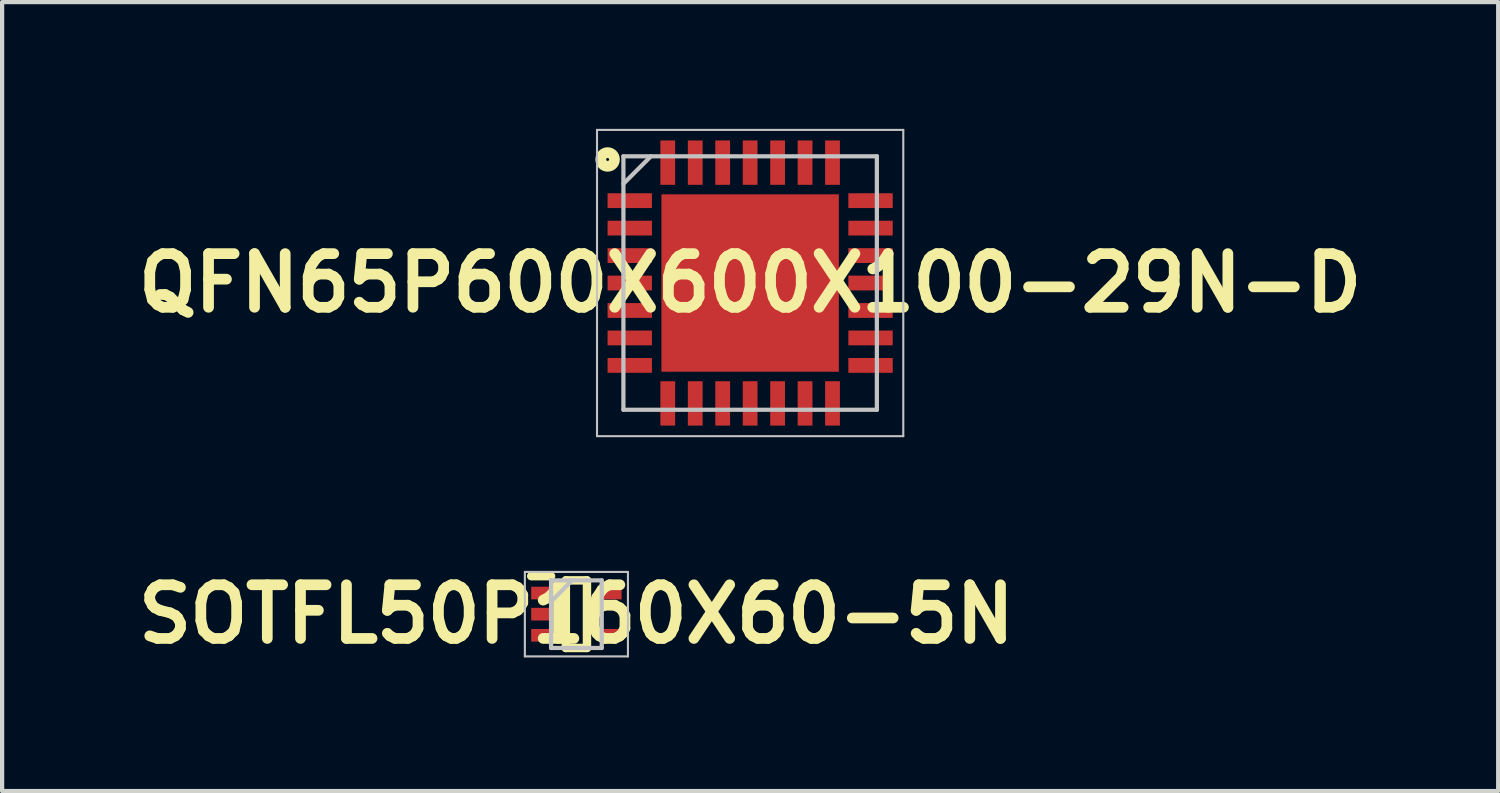
<source format=kicad_pcb>
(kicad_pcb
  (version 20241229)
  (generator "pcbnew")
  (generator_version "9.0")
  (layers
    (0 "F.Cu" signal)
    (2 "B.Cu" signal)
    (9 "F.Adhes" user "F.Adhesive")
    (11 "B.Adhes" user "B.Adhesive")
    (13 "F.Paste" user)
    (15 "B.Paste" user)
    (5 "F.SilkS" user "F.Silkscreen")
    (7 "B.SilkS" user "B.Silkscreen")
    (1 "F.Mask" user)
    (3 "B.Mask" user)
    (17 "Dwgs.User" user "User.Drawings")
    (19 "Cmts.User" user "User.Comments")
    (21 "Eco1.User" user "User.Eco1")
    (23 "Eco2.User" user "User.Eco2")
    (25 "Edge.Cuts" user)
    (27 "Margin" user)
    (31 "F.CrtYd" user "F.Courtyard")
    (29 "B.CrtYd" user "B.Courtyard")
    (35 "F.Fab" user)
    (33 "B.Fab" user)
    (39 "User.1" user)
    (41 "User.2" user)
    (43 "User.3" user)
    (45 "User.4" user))
  (footprint "QFN65P600X600X100-29N-D"
    (layer "F.Cu")
    (at 14.708 3.65)
    (property "Reference" "QFN65P600X600X100-29N-D" (at 0 0 0) (layer "F.SilkS") (effects (font (size 1.27 1.27) (thickness 0.254))))
    (attr smd)
    (fp_circle (center -3.374 -2.925) (end -3.212 -2.925) (stroke (width 0.254) (type solid)) (fill no) (layer "F.SilkS"))
    (fp_line (start -3.625 -3.625) (end 3.625 -3.625) (stroke (width 0.05) (type solid)) (layer "Dwgs.User"))
    (fp_line (start -3.625 3.625) (end -3.625 -3.625) (stroke (width 0.05) (type solid)) (layer "Dwgs.User"))
    (fp_line (start -3 -3) (end 3 -3) (stroke (width 0.1) (type solid)) (layer "Dwgs.User"))
    (fp_line (start -3 -2.35) (end -2.35 -3) (stroke (width 0.1) (type solid)) (layer "Dwgs.User"))
    (fp_line (start -3 3) (end -3 -3) (stroke (width 0.1) (type solid)) (layer "Dwgs.User"))
    (fp_line (start 3 -3) (end 3 3) (stroke (width 0.1) (type solid)) (layer "Dwgs.User"))
    (fp_line (start 3 3) (end -3 3) (stroke (width 0.1) (type solid)) (layer "Dwgs.User"))
    (fp_line (start 3.625 -3.625) (end 3.625 3.625) (stroke (width 0.05) (type solid)) (layer "Dwgs.User"))
    (fp_line (start 3.625 3.625) (end -3.625 3.625) (stroke (width 0.05) (type solid)) (layer "Dwgs.User"))
    (pad "1" smd rect (at -2.85 -1.95 90) (size 0.35 1.05) (layers "F.Cu" "F.Mask" "F.Paste"))
    (pad "2" smd rect (at -2.85 -1.3 90) (size 0.35 1.05) (layers "F.Cu" "F.Mask" "F.Paste"))
    (pad "3" smd rect (at -2.85 -0.65 90) (size 0.35 1.05) (layers "F.Cu" "F.Mask" "F.Paste"))
    (pad "4" smd rect (at -2.85 0 90) (size 0.35 1.05) (layers "F.Cu" "F.Mask" "F.Paste"))
    (pad "5" smd rect (at -2.85 0.65 90) (size 0.35 1.05) (layers "F.Cu" "F.Mask" "F.Paste"))
    (pad "6" smd rect (at -2.85 1.3 90) (size 0.35 1.05) (layers "F.Cu" "F.Mask" "F.Paste"))
    (pad "7" smd rect (at -2.85 1.95 90) (size 0.35 1.05) (layers "F.Cu" "F.Mask" "F.Paste"))
    (pad "8" smd rect (at -1.95 2.85) (size 0.35 1.05) (layers "F.Cu" "F.Mask" "F.Paste"))
    (pad "9" smd rect (at -1.3 2.85) (size 0.35 1.05) (layers "F.Cu" "F.Mask" "F.Paste"))
    (pad "10" smd rect (at -0.65 2.85) (size 0.35 1.05) (layers "F.Cu" "F.Mask" "F.Paste"))
    (pad "11" smd rect (at 0 2.85) (size 0.35 1.05) (layers "F.Cu" "F.Mask" "F.Paste"))
    (pad "12" smd rect (at 0.65 2.85) (size 0.35 1.05) (layers "F.Cu" "F.Mask" "F.Paste"))
    (pad "13" smd rect (at 1.3 2.85) (size 0.35 1.05) (layers "F.Cu" "F.Mask" "F.Paste"))
    (pad "14" smd rect (at 1.95 2.85) (size 0.35 1.05) (layers "F.Cu" "F.Mask" "F.Paste"))
    (pad "15" smd rect (at 2.85 1.95 90) (size 0.35 1.05) (layers "F.Cu" "F.Mask" "F.Paste"))
    (pad "16" smd rect (at 2.85 1.3 90) (size 0.35 1.05) (layers "F.Cu" "F.Mask" "F.Paste"))
    (pad "17" smd rect (at 2.85 0.65 90) (size 0.35 1.05) (layers "F.Cu" "F.Mask" "F.Paste"))
    (pad "18" smd rect (at 2.85 0 90) (size 0.35 1.05) (layers "F.Cu" "F.Mask" "F.Paste"))
    (pad "19" smd rect (at 2.85 -0.65 90) (size 0.35 1.05) (layers "F.Cu" "F.Mask" "F.Paste"))
    (pad "20" smd rect (at 2.85 -1.3 90) (size 0.35 1.05) (layers "F.Cu" "F.Mask" "F.Paste"))
    (pad "21" smd rect (at 2.85 -1.95 90) (size 0.35 1.05) (layers "F.Cu" "F.Mask" "F.Paste"))
    (pad "22" smd rect (at 1.95 -2.85) (size 0.35 1.05) (layers "F.Cu" "F.Mask" "F.Paste"))
    (pad "23" smd rect (at 1.3 -2.85) (size 0.35 1.05) (layers "F.Cu" "F.Mask" "F.Paste"))
    (pad "24" smd rect (at 0.65 -2.85) (size 0.35 1.05) (layers "F.Cu" "F.Mask" "F.Paste"))
    (pad "25" smd rect (at 0 -2.85) (size 0.35 1.05) (layers "F.Cu" "F.Mask" "F.Paste"))
    (pad "26" smd rect (at -0.65 -2.85) (size 0.35 1.05) (layers "F.Cu" "F.Mask" "F.Paste"))
    (pad "27" smd rect (at -1.3 -2.85) (size 0.35 1.05) (layers "F.Cu" "F.Mask" "F.Paste"))
    (pad "28" smd rect (at -1.95 -2.85) (size 0.35 1.05) (layers "F.Cu" "F.Mask" "F.Paste"))
    (pad "29" smd rect (at 0 0) (size 4.2 4.2) (layers "F.Cu" "F.Mask" "F.Paste")))
  (footprint "SOTFL50P160X60-5N"
    (layer "F.Cu")
    (at 10.595 11.489)
    (property "Reference" "SOTFL50P160X60-5N" (at 0 0 0) (layer "F.SilkS") (effects (font (size 1.27 1.27) (thickness 0.254))))
    (attr smd)
    (fp_line (start -1.07 -0.9) (end -0.6 -0.9) (stroke (width 0.2) (type solid)) (layer "F.SilkS"))
    (fp_line (start -0.25 -0.8) (end 0.25 -0.8) (stroke (width 0.2) (type solid)) (layer "F.SilkS"))
    (fp_line (start -0.25 0.8) (end -0.25 -0.8) (stroke (width 0.2) (type solid)) (layer "F.SilkS"))
    (fp_line (start 0.25 -0.8) (end 0.25 0.8) (stroke (width 0.2) (type solid)) (layer "F.SilkS"))
    (fp_line (start 0.25 0.8) (end -0.25 0.8) (stroke (width 0.2) (type solid)) (layer "F.SilkS"))
    (fp_line (start -1.22 -1) (end 1.22 -1) (stroke (width 0.05) (type solid)) (layer "Dwgs.User"))
    (fp_line (start -1.22 1) (end -1.22 -1) (stroke (width 0.05) (type solid)) (layer "Dwgs.User"))
    (fp_line (start -0.6 -0.8) (end 0.6 -0.8) (stroke (width 0.1) (type solid)) (layer "Dwgs.User"))
    (fp_line (start -0.6 -0.3) (end -0.1 -0.8) (stroke (width 0.1) (type solid)) (layer "Dwgs.User"))
    (fp_line (start -0.6 0.8) (end -0.6 -0.8) (stroke (width 0.1) (type solid)) (layer "Dwgs.User"))
    (fp_line (start 0.6 -0.8) (end 0.6 0.8) (stroke (width 0.1) (type solid)) (layer "Dwgs.User"))
    (fp_line (start 0.6 0.8) (end -0.6 0.8) (stroke (width 0.1) (type solid)) (layer "Dwgs.User"))
    (fp_line (start 1.22 -1) (end 1.22 1) (stroke (width 0.05) (type solid)) (layer "Dwgs.User"))
    (fp_line (start 1.22 1) (end -1.22 1) (stroke (width 0.05) (type solid)) (layer "Dwgs.User"))
    (pad "1" smd rect (at -0.835 -0.5 90) (size 0.3 0.47) (layers "F.Cu" "F.Mask" "F.Paste"))
    (pad "2" smd rect (at -0.835 0 90) (size 0.3 0.47) (layers "F.Cu" "F.Mask" "F.Paste"))
    (pad "3" smd rect (at -0.835 0.5 90) (size 0.3 0.47) (layers "F.Cu" "F.Mask" "F.Paste"))
    (pad "4" smd rect (at 0.835 0.5 90) (size 0.3 0.47) (layers "F.Cu" "F.Mask" "F.Paste"))
    (pad "5" smd rect (at 0.835 -0.5 90) (size 0.3 0.47) (layers "F.Cu" "F.Mask" "F.Paste")))
  (gr_rect
    (start -3 -3)
    (end 32.416 15.677)
    (stroke (width 0.1) (type default))
    (fill no)
    (layer "Edge.Cuts")))
</source>
